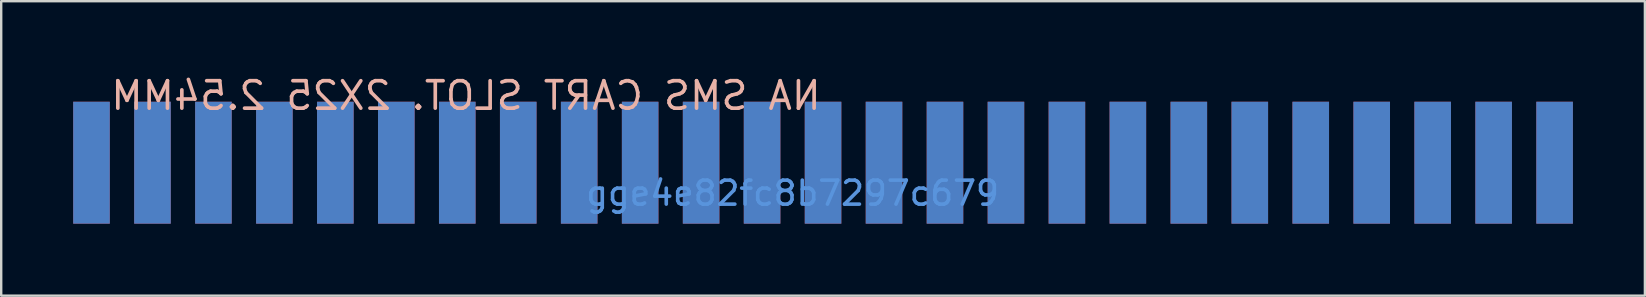
<source format=kicad_pcb>
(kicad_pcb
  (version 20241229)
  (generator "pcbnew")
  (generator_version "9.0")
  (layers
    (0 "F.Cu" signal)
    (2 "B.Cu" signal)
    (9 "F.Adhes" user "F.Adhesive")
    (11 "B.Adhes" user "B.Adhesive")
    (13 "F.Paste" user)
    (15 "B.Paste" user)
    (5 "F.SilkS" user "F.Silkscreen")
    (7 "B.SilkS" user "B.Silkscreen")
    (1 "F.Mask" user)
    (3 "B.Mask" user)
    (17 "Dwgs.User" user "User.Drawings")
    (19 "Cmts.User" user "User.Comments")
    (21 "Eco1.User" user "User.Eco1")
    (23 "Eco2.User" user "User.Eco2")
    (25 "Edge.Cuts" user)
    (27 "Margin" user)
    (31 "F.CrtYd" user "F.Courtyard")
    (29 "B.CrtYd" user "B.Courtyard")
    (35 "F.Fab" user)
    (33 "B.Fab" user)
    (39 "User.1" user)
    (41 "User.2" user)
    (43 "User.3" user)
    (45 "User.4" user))
  (footprint "NA SMS CART SLOT. 2X25 2.54MM"
    (layer "F.Cu")
    (at 29.972 4.999)
    (property "Reference" "NA SMS CART SLOT. 2X25 2.54MM" (at 1.27 -4.064 0) (layer "B.SilkS") (effects (font (size 1.143 1.143) (thickness 0.152)) (justify left mirror)))
    (attr smd)
    (fp_text user "gge4e82fc8b7297c679" (at 0 0 0) (layer "Cmts.User") (effects (font (size 1 1) (thickness 0.15))))
    (pad "1" smd rect (at 31.75 -1.27 270) (size 5.08 1.524) (layers "B.Cu" "B.Mask" "B.Paste"))
    (pad "2" smd rect (at 31.75 -1.27 270) (size 5.08 1.524) (layers "F.Cu" "F.Mask" "F.Paste"))
    (pad "3" smd rect (at 29.21 -1.27 270) (size 5.08 1.524) (layers "B.Cu" "B.Mask" "B.Paste"))
    (pad "4" smd rect (at 29.21 -1.27 270) (size 5.08 1.524) (layers "F.Cu" "F.Mask" "F.Paste"))
    (pad "5" smd rect (at 26.67 -1.27 270) (size 5.08 1.524) (layers "B.Cu" "B.Mask" "B.Paste"))
    (pad "6" smd rect (at 26.67 -1.27 270) (size 5.08 1.524) (layers "F.Cu" "F.Mask" "F.Paste"))
    (pad "7" smd rect (at 24.13 -1.27 270) (size 5.08 1.524) (layers "B.Cu" "B.Mask" "B.Paste"))
    (pad "8" smd rect (at 24.13 -1.27 270) (size 5.08 1.524) (layers "F.Cu" "F.Mask" "F.Paste"))
    (pad "9" smd rect (at 21.59 -1.27 270) (size 5.08 1.524) (layers "B.Cu" "B.Mask" "B.Paste"))
    (pad "10" smd rect (at 21.59 -1.27 270) (size 5.08 1.524) (layers "F.Cu" "F.Mask" "F.Paste"))
    (pad "11" smd rect (at 19.05 -1.27 270) (size 5.08 1.524) (layers "B.Cu" "B.Mask" "B.Paste"))
    (pad "12" smd rect (at 19.05 -1.27 270) (size 5.08 1.524) (layers "F.Cu" "F.Mask" "F.Paste"))
    (pad "13" smd rect (at 16.51 -1.27 270) (size 5.08 1.524) (layers "B.Cu" "B.Mask" "B.Paste"))
    (pad "14" smd rect (at 16.51 -1.27 270) (size 5.08 1.524) (layers "F.Cu" "F.Mask" "F.Paste"))
    (pad "15" smd rect (at 13.97 -1.27 270) (size 5.08 1.524) (layers "B.Cu" "B.Mask" "B.Paste"))
    (pad "16" smd rect (at 13.97 -1.27 270) (size 5.08 1.524) (layers "F.Cu" "F.Mask" "F.Paste"))
    (pad "17" smd rect (at 11.43 -1.27 270) (size 5.08 1.524) (layers "B.Cu" "B.Mask" "B.Paste"))
    (pad "18" smd rect (at 11.43 -1.27 270) (size 5.08 1.524) (layers "F.Cu" "F.Mask" "F.Paste"))
    (pad "19" smd rect (at 8.89 -1.27 270) (size 5.08 1.524) (layers "B.Cu" "B.Mask" "B.Paste"))
    (pad "20" smd rect (at 8.89 -1.27 270) (size 5.08 1.524) (layers "F.Cu" "F.Mask" "F.Paste"))
    (pad "21" smd rect (at 6.35 -1.27 270) (size 5.08 1.524) (layers "B.Cu" "B.Mask" "B.Paste"))
    (pad "22" smd rect (at 6.35 -1.27 270) (size 5.08 1.524) (layers "F.Cu" "F.Mask" "F.Paste"))
    (pad "23" smd rect (at 3.81 -1.27 270) (size 5.08 1.524) (layers "B.Cu" "B.Mask" "B.Paste"))
    (pad "24" smd rect (at 3.81 -1.27 270) (size 5.08 1.524) (layers "F.Cu" "F.Mask" "F.Paste"))
    (pad "25" smd rect (at 1.27 -1.27 270) (size 5.08 1.524) (layers "B.Cu" "B.Mask" "B.Paste"))
    (pad "26" smd rect (at 1.27 -1.27 270) (size 5.08 1.524) (layers "F.Cu" "F.Mask" "F.Paste"))
    (pad "27" smd rect (at -1.27 -1.27 270) (size 5.08 1.524) (layers "B.Cu" "B.Mask" "B.Paste"))
    (pad "28" smd rect (at -1.27 -1.27 270) (size 5.08 1.524) (layers "F.Cu" "F.Mask" "F.Paste"))
    (pad "29" smd rect (at -3.81 -1.27 270) (size 5.08 1.524) (layers "B.Cu" "B.Mask" "B.Paste"))
    (pad "30" smd rect (at -3.81 -1.27 270) (size 5.08 1.524) (layers "F.Cu" "F.Mask" "F.Paste"))
    (pad "31" smd rect (at -6.35 -1.27 270) (size 5.08 1.524) (layers "B.Cu" "B.Mask" "B.Paste"))
    (pad "32" smd rect (at -6.35 -1.27 270) (size 5.08 1.524) (layers "F.Cu" "F.Mask" "F.Paste"))
    (pad "33" smd rect (at -8.89 -1.27 270) (size 5.08 1.524) (layers "B.Cu" "B.Mask" "B.Paste"))
    (pad "34" smd rect (at -8.89 -1.27 270) (size 5.08 1.524) (layers "F.Cu" "F.Mask" "F.Paste"))
    (pad "35" smd rect (at -11.43 -1.27 270) (size 5.08 1.524) (layers "B.Cu" "B.Mask" "B.Paste"))
    (pad "36" smd rect (at -11.43 -1.27 270) (size 5.08 1.524) (layers "F.Cu" "F.Mask" "F.Paste"))
    (pad "37" smd rect (at -13.97 -1.27 270) (size 5.08 1.524) (layers "B.Cu" "B.Mask" "B.Paste"))
    (pad "38" smd rect (at -13.97 -1.27 270) (size 5.08 1.524) (layers "F.Cu" "F.Mask" "F.Paste"))
    (pad "39" smd rect (at -16.51 -1.27 270) (size 5.08 1.524) (layers "B.Cu" "B.Mask" "B.Paste"))
    (pad "40" smd rect (at -16.51 -1.27 270) (size 5.08 1.524) (layers "F.Cu" "F.Mask" "F.Paste"))
    (pad "41" smd rect (at -19.05 -1.27 270) (size 5.08 1.524) (layers "B.Cu" "B.Mask" "B.Paste"))
    (pad "42" smd rect (at -19.05 -1.27 270) (size 5.08 1.524) (layers "F.Cu" "F.Mask" "F.Paste"))
    (pad "43" smd rect (at -21.59 -1.27 270) (size 5.08 1.524) (layers "B.Cu" "B.Mask" "B.Paste"))
    (pad "44" smd rect (at -21.59 -1.27 270) (size 5.08 1.524) (layers "F.Cu" "F.Mask" "F.Paste"))
    (pad "45" smd rect (at -24.13 -1.27 270) (size 5.08 1.524) (layers "B.Cu" "B.Mask" "B.Paste"))
    (pad "46" smd rect (at -24.13 -1.27 270) (size 5.08 1.524) (layers "F.Cu" "F.Mask" "F.Paste"))
    (pad "47" smd rect (at -26.67 -1.27 270) (size 5.08 1.524) (layers "B.Cu" "B.Mask" "B.Paste"))
    (pad "48" smd rect (at -26.67 -1.27 270) (size 5.08 1.524) (layers "F.Cu" "F.Mask" "F.Paste"))
    (pad "49" smd rect (at -29.21 -1.27 270) (size 5.08 1.524) (layers "B.Cu" "B.Mask" "B.Paste"))
    (pad "50" smd rect (at -29.21 -1.27 270) (size 5.08 1.524) (layers "F.Cu" "F.Mask" "F.Paste")))
  (gr_rect
    (start -3 -3)
    (end 65.484 9.269)
    (stroke (width 0.1) (type default))
    (fill no)
    (layer "Edge.Cuts")))
</source>
